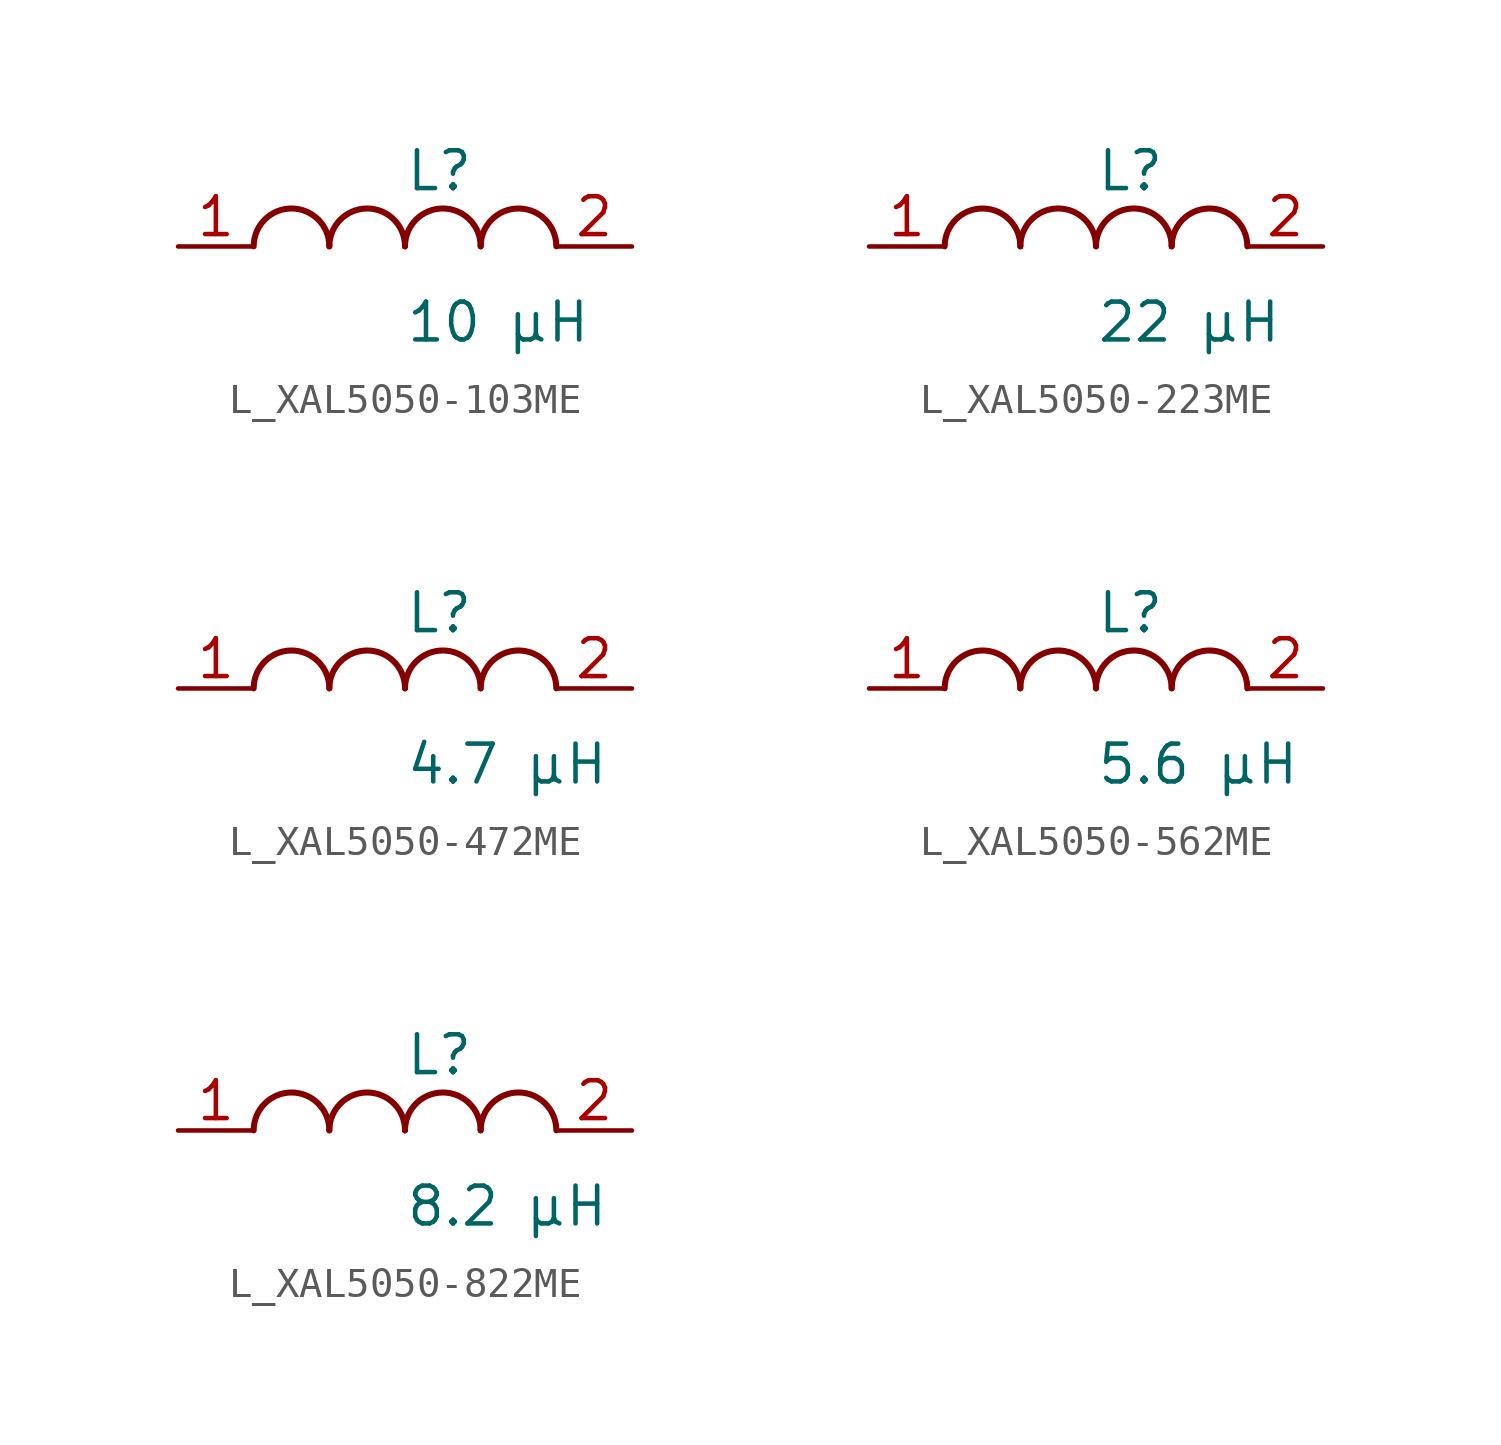
<source format=kicad_sym>
(kicad_symbol_lib
  (version 20231120)
  (generator kicad_symbol_editor)
  (generator_version 8.0)
  (symbol "L_XAL5050-103ME"
    (pin_names
      (offset 0.254))
    (property "Reference" "L"
      (at 0 2.54 0)
      (effects (font (size 1.27 1.27)) (justify left)))
    (property "Value" "10 µH"
      (at 0 -2.54 0)
      (effects (font (size 1.27 1.27)) (justify left)))
    (symbol "L_XAL5050-103ME_1_1"
      (arc (start -2.54 0.0056) (mid -3.81 1.27) (end -5.08 0.0056) (stroke (width 0.2032) (type default)) (fill (type none)))
      (arc (start 0 0.0056) (mid -1.27 1.27) (end -2.54 0.0056) (stroke (width 0.2032) (type default)) (fill (type none)))
      (arc (start 2.54 0.0056) (mid 1.27 1.27) (end 0 0.0056) (stroke (width 0.2032) (type default)) (fill (type none)))
      (arc (start 5.08 0.0056) (mid 3.81 1.27) (end 2.54 0.0056) (stroke (width 0.2032) (type default)) (fill (type none)))
      (pin unspecified line (at -7.62 0 0) (length 2.54) (name "" (effects (font (size 1.27 1.27)))) (number "1" (effects (font (size 1.27 1.27)))))
      (pin unspecified line (at 7.62 0 180) (length 2.54) (name "" (effects (font (size 1.27 1.27)))) (number "2" (effects (font (size 1.27 1.27)))))))
  (symbol "L_XAL5050-223ME"
    (pin_names
      (offset 0.254))
    (property "Reference" "L"
      (at 0 2.54 0)
      (effects (font (size 1.27 1.27)) (justify left)))
    (property "Value" "22 µH"
      (at 0 -2.54 0)
      (effects (font (size 1.27 1.27)) (justify left)))
    (symbol "L_XAL5050-223ME_1_1"
      (arc (start -2.54 0.0056) (mid -3.81 1.27) (end -5.08 0.0056) (stroke (width 0.2032) (type default)) (fill (type none)))
      (arc (start 0 0.0056) (mid -1.27 1.27) (end -2.54 0.0056) (stroke (width 0.2032) (type default)) (fill (type none)))
      (arc (start 2.54 0.0056) (mid 1.27 1.27) (end 0 0.0056) (stroke (width 0.2032) (type default)) (fill (type none)))
      (arc (start 5.08 0.0056) (mid 3.81 1.27) (end 2.54 0.0056) (stroke (width 0.2032) (type default)) (fill (type none)))
      (pin unspecified line (at -7.62 0 0) (length 2.54) (name "" (effects (font (size 1.27 1.27)))) (number "1" (effects (font (size 1.27 1.27)))))
      (pin unspecified line (at 7.62 0 180) (length 2.54) (name "" (effects (font (size 1.27 1.27)))) (number "2" (effects (font (size 1.27 1.27)))))))
  (symbol "L_XAL5050-472ME"
    (pin_names
      (offset 0.254))
    (property "Reference" "L"
      (at 0 2.54 0)
      (effects (font (size 1.27 1.27)) (justify left)))
    (property "Value" "4.7 µH"
      (at 0 -2.54 0)
      (effects (font (size 1.27 1.27)) (justify left)))
    (symbol "L_XAL5050-472ME_1_1"
      (arc (start -2.54 0.0056) (mid -3.81 1.27) (end -5.08 0.0056) (stroke (width 0.2032) (type default)) (fill (type none)))
      (arc (start 0 0.0056) (mid -1.27 1.27) (end -2.54 0.0056) (stroke (width 0.2032) (type default)) (fill (type none)))
      (arc (start 2.54 0.0056) (mid 1.27 1.27) (end 0 0.0056) (stroke (width 0.2032) (type default)) (fill (type none)))
      (arc (start 5.08 0.0056) (mid 3.81 1.27) (end 2.54 0.0056) (stroke (width 0.2032) (type default)) (fill (type none)))
      (pin unspecified line (at -7.62 0 0) (length 2.54) (name "" (effects (font (size 1.27 1.27)))) (number "1" (effects (font (size 1.27 1.27)))))
      (pin unspecified line (at 7.62 0 180) (length 2.54) (name "" (effects (font (size 1.27 1.27)))) (number "2" (effects (font (size 1.27 1.27)))))))
  (symbol "L_XAL5050-562ME"
    (pin_names
      (offset 0.254))
    (property "Reference" "L"
      (at 0 2.54 0)
      (effects (font (size 1.27 1.27)) (justify left)))
    (property "Value" "5.6 µH"
      (at 0 -2.54 0)
      (effects (font (size 1.27 1.27)) (justify left)))
    (symbol "L_XAL5050-562ME_1_1"
      (arc (start -2.54 0.0056) (mid -3.81 1.27) (end -5.08 0.0056) (stroke (width 0.2032) (type default)) (fill (type none)))
      (arc (start 0 0.0056) (mid -1.27 1.27) (end -2.54 0.0056) (stroke (width 0.2032) (type default)) (fill (type none)))
      (arc (start 2.54 0.0056) (mid 1.27 1.27) (end 0 0.0056) (stroke (width 0.2032) (type default)) (fill (type none)))
      (arc (start 5.08 0.0056) (mid 3.81 1.27) (end 2.54 0.0056) (stroke (width 0.2032) (type default)) (fill (type none)))
      (pin unspecified line (at -7.62 0 0) (length 2.54) (name "" (effects (font (size 1.27 1.27)))) (number "1" (effects (font (size 1.27 1.27)))))
      (pin unspecified line (at 7.62 0 180) (length 2.54) (name "" (effects (font (size 1.27 1.27)))) (number "2" (effects (font (size 1.27 1.27)))))))
  (symbol "L_XAL5050-822ME"
    (pin_names
      (offset 0.254))
    (property "Reference" "L"
      (at 0 2.54 0)
      (effects (font (size 1.27 1.27)) (justify left)))
    (property "Value" "8.2 µH"
      (at 0 -2.54 0)
      (effects (font (size 1.27 1.27)) (justify left)))
    (symbol "L_XAL5050-822ME_1_1"
      (arc (start -2.54 0.0056) (mid -3.81 1.27) (end -5.08 0.0056) (stroke (width 0.2032) (type default)) (fill (type none)))
      (arc (start 0 0.0056) (mid -1.27 1.27) (end -2.54 0.0056) (stroke (width 0.2032) (type default)) (fill (type none)))
      (arc (start 2.54 0.0056) (mid 1.27 1.27) (end 0 0.0056) (stroke (width 0.2032) (type default)) (fill (type none)))
      (arc (start 5.08 0.0056) (mid 3.81 1.27) (end 2.54 0.0056) (stroke (width 0.2032) (type default)) (fill (type none)))
      (pin unspecified line (at -7.62 0 0) (length 2.54) (name "" (effects (font (size 1.27 1.27)))) (number "1" (effects (font (size 1.27 1.27)))))
      (pin unspecified line (at 7.62 0 180) (length 2.54) (name "" (effects (font (size 1.27 1.27)))) (number "2" (effects (font (size 1.27 1.27))))))))
</source>
